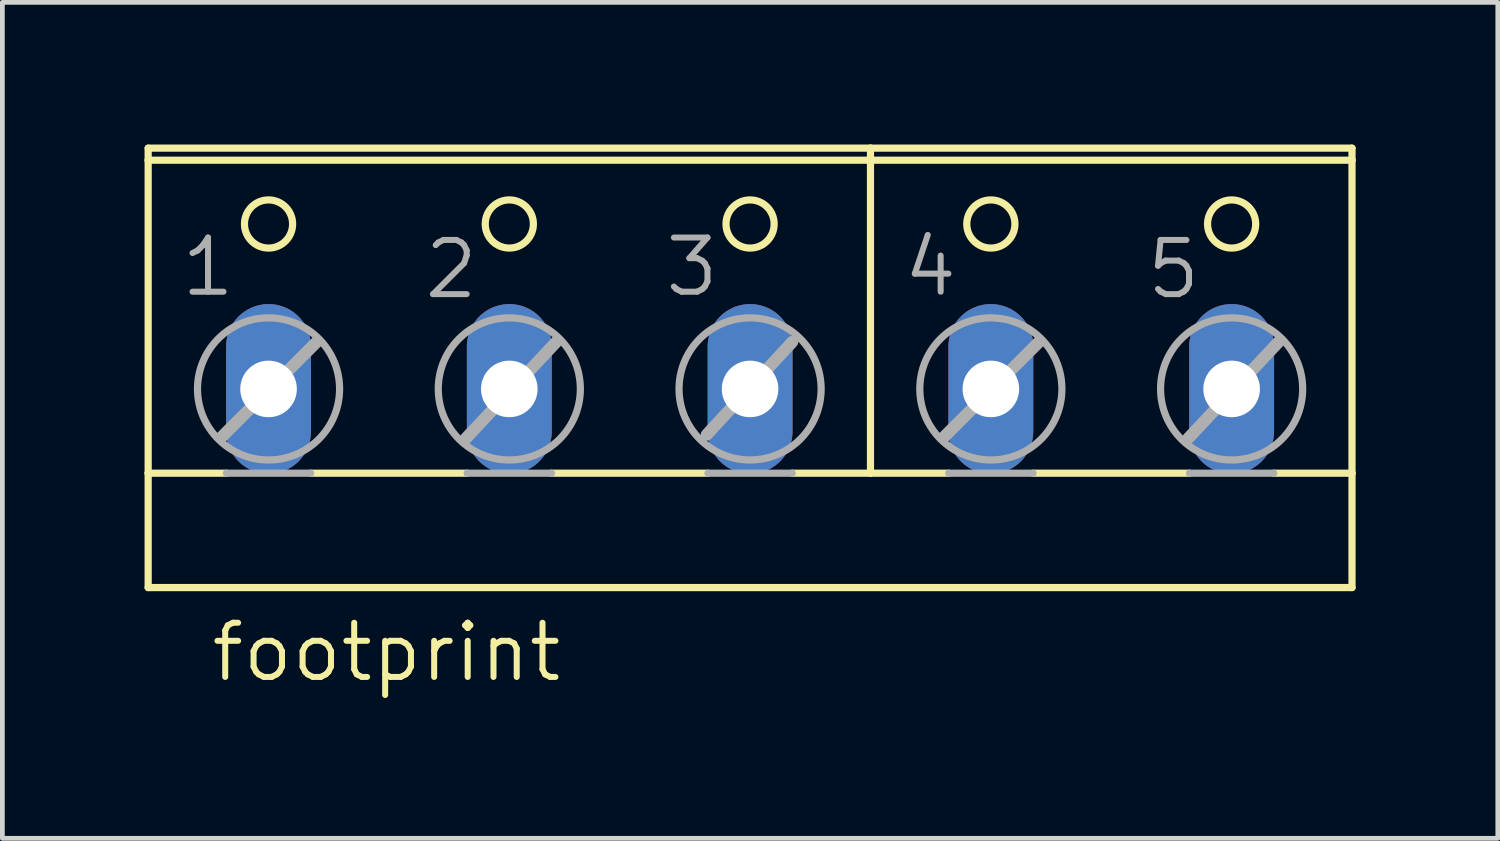
<source format=kicad_pcb>
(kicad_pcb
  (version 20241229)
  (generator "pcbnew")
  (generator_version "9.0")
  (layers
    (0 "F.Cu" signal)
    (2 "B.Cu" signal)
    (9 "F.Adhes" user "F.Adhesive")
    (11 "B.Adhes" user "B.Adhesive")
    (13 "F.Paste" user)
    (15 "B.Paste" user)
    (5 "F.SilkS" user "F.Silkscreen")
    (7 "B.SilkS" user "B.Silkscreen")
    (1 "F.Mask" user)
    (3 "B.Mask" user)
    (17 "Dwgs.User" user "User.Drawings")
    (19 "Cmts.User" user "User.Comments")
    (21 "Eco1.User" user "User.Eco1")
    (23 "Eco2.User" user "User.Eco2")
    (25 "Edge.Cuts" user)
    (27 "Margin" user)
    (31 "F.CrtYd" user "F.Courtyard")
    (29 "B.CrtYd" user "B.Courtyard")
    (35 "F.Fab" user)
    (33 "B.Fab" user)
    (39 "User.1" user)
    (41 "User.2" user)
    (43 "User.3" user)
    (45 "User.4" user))
  (footprint "footprint"
    (layer "F.Cu")
    (at 12.776 4.521)
    (property "Reference" "footprint" (at -11.43 6.858 0) (layer "F.SilkS") (effects (font (size 1.143 1.143) (thickness 0.127)) (justify left bottom)))
    (fp_line (start -12.7 -4.191) (end -12.7 -4.445) (stroke (width 0.152) (type solid)) (layer "F.SilkS"))
    (fp_line (start -12.7 -4.191) (end 12.7 -4.191) (stroke (width 0.152) (type solid)) (layer "F.SilkS"))
    (fp_line (start -12.7 2.413) (end -12.7 -4.191) (stroke (width 0.152) (type solid)) (layer "F.SilkS"))
    (fp_line (start -12.7 2.413) (end -11.049 2.413) (stroke (width 0.152) (type solid)) (layer "F.SilkS"))
    (fp_line (start -12.7 4.826) (end -12.7 2.413) (stroke (width 0.152) (type solid)) (layer "F.SilkS"))
    (fp_line (start -12.7 4.826) (end 12.7 4.826) (stroke (width 0.152) (type solid)) (layer "F.SilkS"))
    (fp_line (start -9.271 2.413) (end -5.969 2.413) (stroke (width 0.152) (type solid)) (layer "F.SilkS"))
    (fp_line (start -4.191 2.413) (end -0.889 2.413) (stroke (width 0.152) (type solid)) (layer "F.SilkS"))
    (fp_line (start 0.889 2.413) (end 2.54 2.413) (stroke (width 0.152) (type solid)) (layer "F.SilkS"))
    (fp_line (start 2.54 -4.445) (end -12.7 -4.445) (stroke (width 0.152) (type solid)) (layer "F.SilkS"))
    (fp_line (start 2.54 -4.445) (end 2.54 2.413) (stroke (width 0.152) (type solid)) (layer "F.SilkS"))
    (fp_line (start 2.54 2.413) (end 4.191 2.413) (stroke (width 0.152) (type solid)) (layer "F.SilkS"))
    (fp_line (start 5.969 2.413) (end 9.271 2.413) (stroke (width 0.152) (type solid)) (layer "F.SilkS"))
    (fp_line (start 11.049 2.413) (end 12.7 2.413) (stroke (width 0.152) (type solid)) (layer "F.SilkS"))
    (fp_line (start 12.7 -4.445) (end 2.54 -4.445) (stroke (width 0.152) (type solid)) (layer "F.SilkS"))
    (fp_line (start 12.7 -4.445) (end 12.7 -4.191) (stroke (width 0.152) (type solid)) (layer "F.SilkS"))
    (fp_line (start 12.7 -4.191) (end 12.7 2.413) (stroke (width 0.152) (type solid)) (layer "F.SilkS"))
    (fp_line (start 12.7 2.413) (end 12.7 4.826) (stroke (width 0.152) (type solid)) (layer "F.SilkS"))
    (fp_circle (center -10.16 -2.845) (end -9.652 -2.845) (stroke (width 0.152) (type solid)) (fill no) (layer "F.SilkS"))
    (fp_circle (center -5.08 -2.845) (end -4.572 -2.845) (stroke (width 0.152) (type solid)) (fill no) (layer "F.SilkS"))
    (fp_circle (center 0 -2.845) (end 0.508 -2.845) (stroke (width 0.152) (type solid)) (fill no) (layer "F.SilkS"))
    (fp_circle (center 5.08 -2.845) (end 5.588 -2.845) (stroke (width 0.152) (type solid)) (fill no) (layer "F.SilkS"))
    (fp_circle (center 10.16 -2.845) (end 10.668 -2.845) (stroke (width 0.152) (type solid)) (fill no) (layer "F.SilkS"))
    (fp_line (start -11.151 1.651) (end -9.144 -0.356) (stroke (width 0.254) (type solid)) (layer "F.Fab"))
    (fp_line (start -11.049 2.413) (end -9.271 2.413) (stroke (width 0.152) (type solid)) (layer "F.Fab"))
    (fp_line (start -5.994 1.676) (end -4.089 -0.356) (stroke (width 0.254) (type solid)) (layer "F.Fab"))
    (fp_line (start -5.969 2.413) (end -4.191 2.413) (stroke (width 0.152) (type solid)) (layer "F.Fab"))
    (fp_line (start -0.914 1.6) (end 0.889 -0.356) (stroke (width 0.254) (type solid)) (layer "F.Fab"))
    (fp_line (start -0.889 2.413) (end 0.889 2.413) (stroke (width 0.152) (type solid)) (layer "F.Fab"))
    (fp_line (start 4.089 1.651) (end 6.096 -0.356) (stroke (width 0.254) (type solid)) (layer "F.Fab"))
    (fp_line (start 4.191 2.413) (end 5.969 2.413) (stroke (width 0.152) (type solid)) (layer "F.Fab"))
    (fp_line (start 9.246 1.676) (end 11.151 -0.356) (stroke (width 0.254) (type solid)) (layer "F.Fab"))
    (fp_line (start 9.271 2.413) (end 11.049 2.413) (stroke (width 0.152) (type solid)) (layer "F.Fab"))
    (fp_circle (center -10.16 0.635) (end -8.661 0.635) (stroke (width 0.152) (type solid)) (fill no) (layer "F.Fab"))
    (fp_circle (center -5.08 0.635) (end -3.581 0.635) (stroke (width 0.152) (type solid)) (fill no) (layer "F.Fab"))
    (fp_circle (center 0 0.635) (end 1.499 0.635) (stroke (width 0.152) (type solid)) (fill no) (layer "F.Fab"))
    (fp_circle (center 5.08 0.635) (end 6.579 0.635) (stroke (width 0.152) (type solid)) (fill no) (layer "F.Fab"))
    (fp_circle (center 10.16 0.635) (end 11.659 0.635) (stroke (width 0.152) (type solid)) (fill no) (layer "F.Fab"))
    (fp_text user "5" (at 8.306 -1.219 0) (layer "F.Fab") (effects (font (size 1.143 1.143) (thickness 0.127)) (justify left bottom)))
    (fp_text user "4" (at 3.175 -1.27 0) (layer "F.Fab") (effects (font (size 1.143 1.143) (thickness 0.127)) (justify left bottom)))
    (fp_text user "3" (at -1.854 -1.27 0) (layer "F.Fab") (effects (font (size 1.143 1.143) (thickness 0.127)) (justify left bottom)))
    (fp_text user "2" (at -6.934 -1.219 0) (layer "F.Fab") (effects (font (size 1.143 1.143) (thickness 0.127)) (justify left bottom)))
    (fp_text user "1" (at -12.065 -1.27 0) (layer "F.Fab") (effects (font (size 1.143 1.143) (thickness 0.127)) (justify left bottom)))
    (pad "1" thru_hole oval (at -10.16 0.635 90) (size 3.581 1.791) (drill 1.194) (layers "*.Cu" "*.Mask"))
    (pad "2" thru_hole oval (at -5.08 0.635 90) (size 3.581 1.791) (drill 1.194) (layers "*.Cu" "*.Mask"))
    (pad "3" thru_hole oval (at 0 0.635 90) (size 3.581 1.791) (drill 1.194) (layers "*.Cu" "*.Mask"))
    (pad "4" thru_hole oval (at 5.08 0.635 90) (size 3.581 1.791) (drill 1.194) (layers "*.Cu" "*.Mask"))
    (pad "5" thru_hole oval (at 10.16 0.635 90) (size 3.581 1.791) (drill 1.194) (layers "*.Cu" "*.Mask")))
  (gr_rect
    (start -3 -3)
    (end 28.552 14.638)
    (stroke (width 0.1) (type default))
    (fill no)
    (layer "Edge.Cuts")))
</source>
